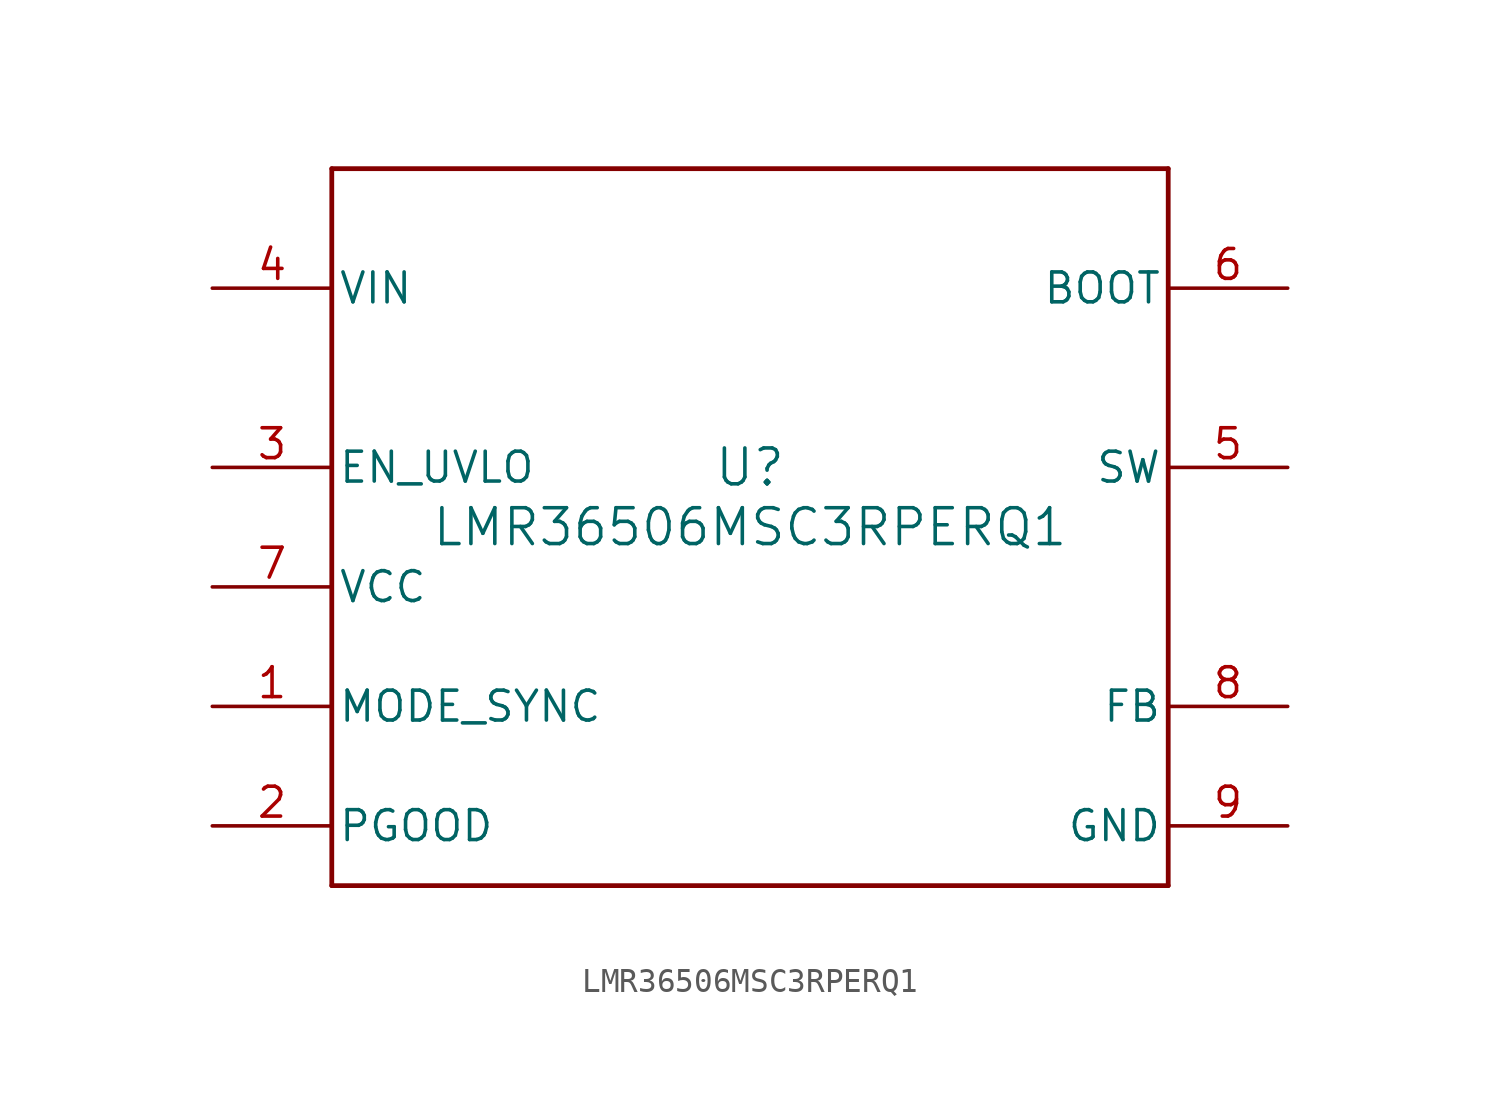
<source format=kicad_sym>
(kicad_symbol_lib
  (version 20211014)
  (generator kicad_symbol_editor)
  (symbol "LMR36506MSC3RPERQ1"
    (pin_names
      (offset 0.254))
    (property "Reference" "U"
      (at 0 2.54 0)
      (effects (font (size 1.524 1.524))))
    (property "Value" "LMR36506MSC3RPERQ1"
      (at 0 0 0)
      (effects (font (size 1.524 1.524))))
    (symbol "LMR36506MSC3RPERQ1_0_1"
      (polyline (pts (xy -17.78 -15.24) (xy 17.78 -15.24)) (stroke (width 0.203) (type default) (color 0 0 0 0)) (fill (type none)))
      (polyline (pts (xy 17.78 -15.24) (xy 17.78 15.24)) (stroke (width 0.203) (type default) (color 0 0 0 0)) (fill (type none)))
      (polyline (pts (xy 17.78 15.24) (xy -17.78 15.24)) (stroke (width 0.203) (type default) (color 0 0 0 0)) (fill (type none)))
      (polyline (pts (xy -17.78 15.24) (xy -17.78 -15.24)) (stroke (width 0.203) (type default) (color 0 0 0 0)) (fill (type none)))
      (pin input line (at -22.86 -7.62 0) (length 5.08) (name "MODE_SYNC" (effects (font (size 1.27 1.27)))) (number "1" (effects (font (size 1.27 1.27)))))
      (pin output line (at -22.86 -12.7 0) (length 5.08) (name "PGOOD" (effects (font (size 1.27 1.27)))) (number "2" (effects (font (size 1.27 1.27)))))
      (pin unspecified line (at -22.86 2.54 0) (length 5.08) (name "EN_UVLO" (effects (font (size 1.27 1.27)))) (number "3" (effects (font (size 1.27 1.27)))))
      (pin power_in line (at -22.86 10.16 0) (length 5.08) (name "VIN" (effects (font (size 1.27 1.27)))) (number "4" (effects (font (size 1.27 1.27)))))
      (pin power_in line (at 22.86 2.54 180) (length 5.08) (name "SW" (effects (font (size 1.27 1.27)))) (number "5" (effects (font (size 1.27 1.27)))))
      (pin unspecified line (at 22.86 10.16 180) (length 5.08) (name "BOOT" (effects (font (size 1.27 1.27)))) (number "6" (effects (font (size 1.27 1.27)))))
      (pin power_in line (at -22.86 -2.54 0) (length 5.08) (name "VCC" (effects (font (size 1.27 1.27)))) (number "7" (effects (font (size 1.27 1.27)))))
      (pin unspecified line (at 22.86 -7.62 180) (length 5.08) (name "FB" (effects (font (size 1.27 1.27)))) (number "8" (effects (font (size 1.27 1.27)))))
      (pin power_in line (at 22.86 -12.7 180) (length 5.08) (name "GND" (effects (font (size 1.27 1.27)))) (number "9" (effects (font (size 1.27 1.27))))))))
</source>
